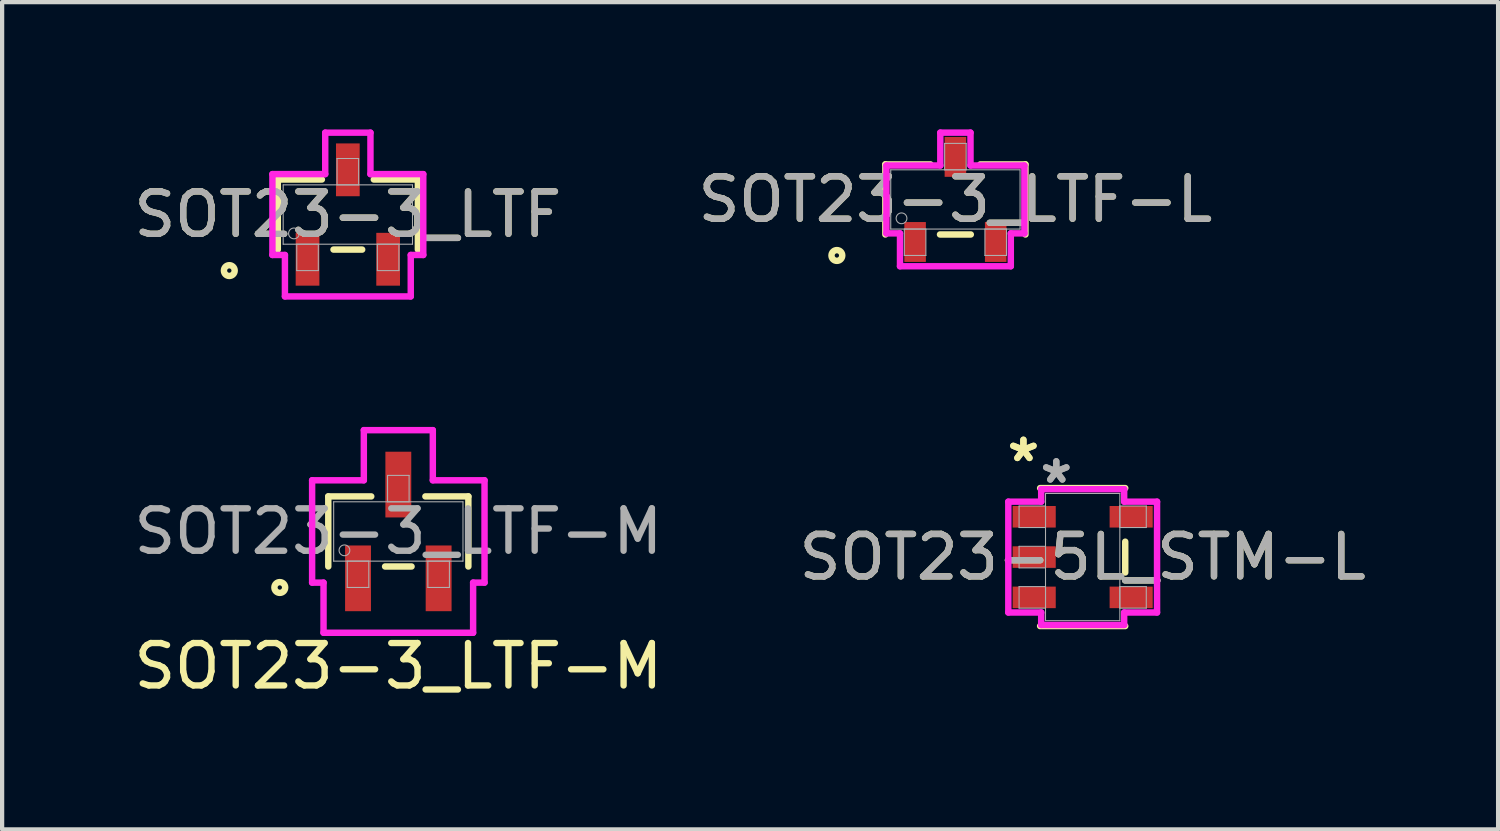
<source format=kicad_pcb>
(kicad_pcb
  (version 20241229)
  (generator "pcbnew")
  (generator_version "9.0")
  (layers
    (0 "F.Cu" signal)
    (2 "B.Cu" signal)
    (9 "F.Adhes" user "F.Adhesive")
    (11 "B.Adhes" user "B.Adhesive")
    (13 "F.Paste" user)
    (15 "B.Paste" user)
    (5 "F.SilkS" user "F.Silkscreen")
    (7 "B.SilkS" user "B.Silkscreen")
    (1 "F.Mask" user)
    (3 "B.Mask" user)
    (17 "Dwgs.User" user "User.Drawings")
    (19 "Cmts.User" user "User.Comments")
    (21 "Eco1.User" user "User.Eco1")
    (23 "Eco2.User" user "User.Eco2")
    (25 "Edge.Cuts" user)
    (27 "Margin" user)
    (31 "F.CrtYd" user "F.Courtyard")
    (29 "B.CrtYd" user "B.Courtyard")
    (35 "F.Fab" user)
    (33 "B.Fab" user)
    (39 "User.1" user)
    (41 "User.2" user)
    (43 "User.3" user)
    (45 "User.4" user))
  (footprint "SOT23-3_LTF-L"
    (layer "F.Cu")
    (at 19.47 1.651)
    (property "Reference" "SOT23-3_LTF-L" (at 0 0 0) (unlocked yes) (layer "F.SilkS") (effects (font (size 1 1) (thickness 0.15))))
    (attr smd)
    (fp_line (start -1.651 -0.826) (end -1.651 0.826) (stroke (width 0.152) (type solid)) (layer "F.SilkS"))
    (fp_line (start -0.587 -0.826) (end -1.651 -0.826) (stroke (width 0.152) (type solid)) (layer "F.SilkS"))
    (fp_line (start -0.363 0.826) (end 0.363 0.826) (stroke (width 0.152) (type solid)) (layer "F.SilkS"))
    (fp_line (start 1.651 -0.826) (end 0.587 -0.826) (stroke (width 0.152) (type solid)) (layer "F.SilkS"))
    (fp_line (start 1.651 0.826) (end 1.651 -0.826) (stroke (width 0.152) (type solid)) (layer "F.SilkS"))
    (fp_circle (center -2.794 1.321) (end -2.667 1.321) (stroke (width 0.152) (type solid)) (fill no) (layer "F.SilkS"))
    (fp_line (start -1.626 -0.8) (end -0.356 -0.8) (stroke (width 0.152) (type solid)) (layer "F.CrtYd"))
    (fp_line (start -1.626 0.8) (end -1.626 -0.8) (stroke (width 0.152) (type solid)) (layer "F.CrtYd"))
    (fp_line (start -1.626 0.8) (end -1.306 0.8) (stroke (width 0.152) (type solid)) (layer "F.CrtYd"))
    (fp_line (start -1.306 0.8) (end -1.306 1.575) (stroke (width 0.152) (type solid)) (layer "F.CrtYd"))
    (fp_line (start -1.306 1.575) (end 1.306 1.575) (stroke (width 0.152) (type solid)) (layer "F.CrtYd"))
    (fp_line (start -0.356 -1.575) (end 0.356 -1.575) (stroke (width 0.152) (type solid)) (layer "F.CrtYd"))
    (fp_line (start -0.356 -0.8) (end -0.356 -1.575) (stroke (width 0.152) (type solid)) (layer "F.CrtYd"))
    (fp_line (start 0.356 -0.8) (end 0.356 -1.575) (stroke (width 0.152) (type solid)) (layer "F.CrtYd"))
    (fp_line (start 1.306 0.8) (end 1.306 1.575) (stroke (width 0.152) (type solid)) (layer "F.CrtYd"))
    (fp_line (start 1.626 -0.8) (end 0.356 -0.8) (stroke (width 0.152) (type solid)) (layer "F.CrtYd"))
    (fp_line (start 1.626 -0.8) (end 1.626 0.8) (stroke (width 0.152) (type solid)) (layer "F.CrtYd"))
    (fp_line (start 1.626 0.8) (end 1.306 0.8) (stroke (width 0.152) (type solid)) (layer "F.CrtYd"))
    (fp_line (start -1.524 -0.699) (end -1.524 0.699) (stroke (width 0.025) (type solid)) (layer "F.Fab"))
    (fp_line (start -1.524 0.699) (end 1.524 0.699) (stroke (width 0.025) (type solid)) (layer "F.Fab"))
    (fp_line (start -1.204 0.699) (end -1.204 1.321) (stroke (width 0.025) (type solid)) (layer "F.Fab"))
    (fp_line (start -1.204 1.321) (end -0.696 1.321) (stroke (width 0.025) (type solid)) (layer "F.Fab"))
    (fp_line (start -0.696 0.699) (end -1.204 0.699) (stroke (width 0.025) (type solid)) (layer "F.Fab"))
    (fp_line (start -0.696 1.321) (end -0.696 0.699) (stroke (width 0.025) (type solid)) (layer "F.Fab"))
    (fp_line (start -0.254 -1.321) (end -0.254 -0.699) (stroke (width 0.025) (type solid)) (layer "F.Fab"))
    (fp_line (start -0.254 -0.699) (end 0.254 -0.699) (stroke (width 0.025) (type solid)) (layer "F.Fab"))
    (fp_line (start 0.254 -1.321) (end -0.254 -1.321) (stroke (width 0.025) (type solid)) (layer "F.Fab"))
    (fp_line (start 0.254 -0.699) (end 0.254 -1.321) (stroke (width 0.025) (type solid)) (layer "F.Fab"))
    (fp_line (start 0.696 0.699) (end 0.696 1.321) (stroke (width 0.025) (type solid)) (layer "F.Fab"))
    (fp_line (start 0.696 1.321) (end 1.204 1.321) (stroke (width 0.025) (type solid)) (layer "F.Fab"))
    (fp_line (start 1.204 0.699) (end 0.696 0.699) (stroke (width 0.025) (type solid)) (layer "F.Fab"))
    (fp_line (start 1.204 1.321) (end 1.204 0.699) (stroke (width 0.025) (type solid)) (layer "F.Fab"))
    (fp_line (start 1.524 -0.699) (end -1.524 -0.699) (stroke (width 0.025) (type solid)) (layer "F.Fab"))
    (fp_line (start 1.524 0.699) (end 1.524 -0.699) (stroke (width 0.025) (type solid)) (layer "F.Fab"))
    (fp_circle (center -1.27 0.445) (end -1.143 0.445) (stroke (width 0.025) (type solid)) (fill no) (layer "F.Fab"))
    (fp_text user "${REFERENCE}" (at 0 0 0) (unlocked yes) (layer "F.Fab") (effects (font (size 1 1) (thickness 0.15))))
    (pad "1" smd rect (at -0.95 1.003) (size 0.508 0.94) (layers "F.Cu" "F.Mask" "F.Paste"))
    (pad "2" smd rect (at 0.95 1.003) (size 0.508 0.94) (layers "F.Cu" "F.Mask" "F.Paste"))
    (pad "3" smd rect (at 0 -1.003) (size 0.508 0.94) (layers "F.Cu" "F.Mask" "F.Paste")))
  (footprint "SOT23-3_LTF"
    (layer "F.Cu")
    (at 5.149 2.007)
    (property "Reference" "SOT23-3_LTF" (at 0 0 0) (unlocked yes) (layer "F.SilkS") (effects (font (size 1 1) (thickness 0.15))))
    (attr smd)
    (fp_line (start -1.651 -0.826) (end -1.651 0.826) (stroke (width 0.152) (type solid)) (layer "F.SilkS"))
    (fp_line (start -0.612 -0.826) (end -1.651 -0.826) (stroke (width 0.152) (type solid)) (layer "F.SilkS"))
    (fp_line (start -0.338 0.826) (end 0.338 0.826) (stroke (width 0.152) (type solid)) (layer "F.SilkS"))
    (fp_line (start 1.651 -0.826) (end 0.612 -0.826) (stroke (width 0.152) (type solid)) (layer "F.SilkS"))
    (fp_line (start 1.651 0.826) (end 1.651 -0.826) (stroke (width 0.152) (type solid)) (layer "F.SilkS"))
    (fp_circle (center -2.794 1.321) (end -2.667 1.321) (stroke (width 0.152) (type solid)) (fill no) (layer "F.SilkS"))
    (fp_line (start -1.778 -0.953) (end -0.533 -0.953) (stroke (width 0.152) (type solid)) (layer "F.CrtYd"))
    (fp_line (start -1.778 0.953) (end -1.778 -0.953) (stroke (width 0.152) (type solid)) (layer "F.CrtYd"))
    (fp_line (start -1.778 0.953) (end -1.483 0.953) (stroke (width 0.152) (type solid)) (layer "F.CrtYd"))
    (fp_line (start -1.483 0.953) (end -1.483 1.93) (stroke (width 0.152) (type solid)) (layer "F.CrtYd"))
    (fp_line (start -1.483 1.93) (end 1.483 1.93) (stroke (width 0.152) (type solid)) (layer "F.CrtYd"))
    (fp_line (start -0.533 -1.93) (end 0.533 -1.93) (stroke (width 0.152) (type solid)) (layer "F.CrtYd"))
    (fp_line (start -0.533 -0.953) (end -0.533 -1.93) (stroke (width 0.152) (type solid)) (layer "F.CrtYd"))
    (fp_line (start 0.533 -0.953) (end 0.533 -1.93) (stroke (width 0.152) (type solid)) (layer "F.CrtYd"))
    (fp_line (start 1.483 0.953) (end 1.483 1.93) (stroke (width 0.152) (type solid)) (layer "F.CrtYd"))
    (fp_line (start 1.778 -0.953) (end 0.533 -0.953) (stroke (width 0.152) (type solid)) (layer "F.CrtYd"))
    (fp_line (start 1.778 -0.953) (end 1.778 0.953) (stroke (width 0.152) (type solid)) (layer "F.CrtYd"))
    (fp_line (start 1.778 0.953) (end 1.483 0.953) (stroke (width 0.152) (type solid)) (layer "F.CrtYd"))
    (fp_line (start -1.524 -0.699) (end -1.524 0.699) (stroke (width 0.025) (type solid)) (layer "F.Fab"))
    (fp_line (start -1.524 0.699) (end 1.524 0.699) (stroke (width 0.025) (type solid)) (layer "F.Fab"))
    (fp_line (start -1.204 0.699) (end -1.204 1.321) (stroke (width 0.025) (type solid)) (layer "F.Fab"))
    (fp_line (start -1.204 1.321) (end -0.696 1.321) (stroke (width 0.025) (type solid)) (layer "F.Fab"))
    (fp_line (start -0.696 0.699) (end -1.204 0.699) (stroke (width 0.025) (type solid)) (layer "F.Fab"))
    (fp_line (start -0.696 1.321) (end -0.696 0.699) (stroke (width 0.025) (type solid)) (layer "F.Fab"))
    (fp_line (start -0.254 -1.321) (end -0.254 -0.699) (stroke (width 0.025) (type solid)) (layer "F.Fab"))
    (fp_line (start -0.254 -0.699) (end 0.254 -0.699) (stroke (width 0.025) (type solid)) (layer "F.Fab"))
    (fp_line (start 0.254 -1.321) (end -0.254 -1.321) (stroke (width 0.025) (type solid)) (layer "F.Fab"))
    (fp_line (start 0.254 -0.699) (end 0.254 -1.321) (stroke (width 0.025) (type solid)) (layer "F.Fab"))
    (fp_line (start 0.696 0.699) (end 0.696 1.321) (stroke (width 0.025) (type solid)) (layer "F.Fab"))
    (fp_line (start 0.696 1.321) (end 1.204 1.321) (stroke (width 0.025) (type solid)) (layer "F.Fab"))
    (fp_line (start 1.204 0.699) (end 0.696 0.699) (stroke (width 0.025) (type solid)) (layer "F.Fab"))
    (fp_line (start 1.204 1.321) (end 1.204 0.699) (stroke (width 0.025) (type solid)) (layer "F.Fab"))
    (fp_line (start 1.524 -0.699) (end -1.524 -0.699) (stroke (width 0.025) (type solid)) (layer "F.Fab"))
    (fp_line (start 1.524 0.699) (end 1.524 -0.699) (stroke (width 0.025) (type solid)) (layer "F.Fab"))
    (fp_circle (center -1.27 0.445) (end -1.143 0.445) (stroke (width 0.025) (type solid)) (fill no) (layer "F.Fab"))
    (fp_text user "${REFERENCE}" (at 0 0 0) (unlocked yes) (layer "F.Fab") (effects (font (size 1 1) (thickness 0.15))))
    (pad "1" smd rect (at -0.95 1.054) (size 0.559 1.245) (layers "F.Cu" "F.Mask" "F.Paste"))
    (pad "2" smd rect (at 0.95 1.054) (size 0.559 1.245) (layers "F.Cu" "F.Mask" "F.Paste"))
    (pad "3" smd rect (at 0 -1.054) (size 0.559 1.245) (layers "F.Cu" "F.Mask" "F.Paste")))
  (footprint "SOT23-3_LTF-M"
    (layer "F.Cu")
    (at 6.339 9.477)
    (property "Reference" "SOT23-3_LTF-M" (at 0 3.175 0) (unlocked yes) (layer "F.SilkS") (effects (font (size 1 1) (thickness 0.15))))
    (attr smd)
    (fp_line (start -1.651 -0.826) (end -1.651 0.826) (stroke (width 0.152) (type solid)) (layer "F.SilkS"))
    (fp_line (start -0.638 -0.826) (end -1.651 -0.826) (stroke (width 0.152) (type solid)) (layer "F.SilkS"))
    (fp_line (start -0.312 0.826) (end 0.312 0.826) (stroke (width 0.152) (type solid)) (layer "F.SilkS"))
    (fp_line (start 1.651 -0.826) (end 0.638 -0.826) (stroke (width 0.152) (type solid)) (layer "F.SilkS"))
    (fp_line (start 1.651 0.826) (end 1.651 -0.826) (stroke (width 0.152) (type solid)) (layer "F.SilkS"))
    (fp_circle (center -2.794 1.321) (end -2.667 1.321) (stroke (width 0.152) (type solid)) (fill no) (layer "F.SilkS"))
    (fp_line (start -2.032 -1.206) (end -0.813 -1.206) (stroke (width 0.152) (type solid)) (layer "F.CrtYd"))
    (fp_line (start -2.032 1.206) (end -2.032 -1.206) (stroke (width 0.152) (type solid)) (layer "F.CrtYd"))
    (fp_line (start -2.032 1.206) (end -1.763 1.206) (stroke (width 0.152) (type solid)) (layer "F.CrtYd"))
    (fp_line (start -1.763 1.206) (end -1.763 2.388) (stroke (width 0.152) (type solid)) (layer "F.CrtYd"))
    (fp_line (start -1.763 2.388) (end 1.763 2.388) (stroke (width 0.152) (type solid)) (layer "F.CrtYd"))
    (fp_line (start -0.813 -2.388) (end 0.813 -2.388) (stroke (width 0.152) (type solid)) (layer "F.CrtYd"))
    (fp_line (start -0.813 -1.206) (end -0.813 -2.388) (stroke (width 0.152) (type solid)) (layer "F.CrtYd"))
    (fp_line (start 0.813 -1.206) (end 0.813 -2.388) (stroke (width 0.152) (type solid)) (layer "F.CrtYd"))
    (fp_line (start 1.763 1.206) (end 1.763 2.388) (stroke (width 0.152) (type solid)) (layer "F.CrtYd"))
    (fp_line (start 2.032 -1.206) (end 0.813 -1.206) (stroke (width 0.152) (type solid)) (layer "F.CrtYd"))
    (fp_line (start 2.032 -1.206) (end 2.032 1.206) (stroke (width 0.152) (type solid)) (layer "F.CrtYd"))
    (fp_line (start 2.032 1.206) (end 1.763 1.206) (stroke (width 0.152) (type solid)) (layer "F.CrtYd"))
    (fp_line (start -1.524 -0.699) (end -1.524 0.699) (stroke (width 0.025) (type solid)) (layer "F.Fab"))
    (fp_line (start -1.524 0.699) (end 1.524 0.699) (stroke (width 0.025) (type solid)) (layer "F.Fab"))
    (fp_line (start -1.204 0.699) (end -1.204 1.321) (stroke (width 0.025) (type solid)) (layer "F.Fab"))
    (fp_line (start -1.204 1.321) (end -0.696 1.321) (stroke (width 0.025) (type solid)) (layer "F.Fab"))
    (fp_line (start -0.696 0.699) (end -1.204 0.699) (stroke (width 0.025) (type solid)) (layer "F.Fab"))
    (fp_line (start -0.696 1.321) (end -0.696 0.699) (stroke (width 0.025) (type solid)) (layer "F.Fab"))
    (fp_line (start -0.254 -1.321) (end -0.254 -0.699) (stroke (width 0.025) (type solid)) (layer "F.Fab"))
    (fp_line (start -0.254 -0.699) (end 0.254 -0.699) (stroke (width 0.025) (type solid)) (layer "F.Fab"))
    (fp_line (start 0.254 -1.321) (end -0.254 -1.321) (stroke (width 0.025) (type solid)) (layer "F.Fab"))
    (fp_line (start 0.254 -0.699) (end 0.254 -1.321) (stroke (width 0.025) (type solid)) (layer "F.Fab"))
    (fp_line (start 0.696 0.699) (end 0.696 1.321) (stroke (width 0.025) (type solid)) (layer "F.Fab"))
    (fp_line (start 0.696 1.321) (end 1.204 1.321) (stroke (width 0.025) (type solid)) (layer "F.Fab"))
    (fp_line (start 1.204 0.699) (end 0.696 0.699) (stroke (width 0.025) (type solid)) (layer "F.Fab"))
    (fp_line (start 1.204 1.321) (end 1.204 0.699) (stroke (width 0.025) (type solid)) (layer "F.Fab"))
    (fp_line (start 1.524 -0.699) (end -1.524 -0.699) (stroke (width 0.025) (type solid)) (layer "F.Fab"))
    (fp_line (start 1.524 0.699) (end 1.524 -0.699) (stroke (width 0.025) (type solid)) (layer "F.Fab"))
    (fp_circle (center -1.27 0.445) (end -1.143 0.445) (stroke (width 0.025) (type solid)) (fill no) (layer "F.Fab"))
    (fp_text user "${REFERENCE}" (at 0 0 0) (unlocked yes) (layer "F.Fab") (effects (font (size 1 1) (thickness 0.15))))
    (pad "1" smd rect (at -0.95 1.105) (size 0.61 1.549) (layers "F.Cu" "F.Mask" "F.Paste"))
    (pad "2" smd rect (at 0.95 1.105) (size 0.61 1.549) (layers "F.Cu" "F.Mask" "F.Paste"))
    (pad "3" smd rect (at 0 -1.105) (size 0.61 1.549) (layers "F.Cu" "F.Mask" "F.Paste")))
  (footprint "SOT23-5L_STM-L"
    (layer "F.Cu")
    (at 22.47 10.081)
    (property "Reference" "SOT23-5L_STM-L" (at 0 0 0) (unlocked yes) (layer "F.SilkS") (effects (font (size 1 1) (thickness 0.15))))
    (attr smd)
    (fp_line (start -1.003 1.626) (end 1.003 1.626) (stroke (width 0.152) (type solid)) (layer "F.SilkS"))
    (fp_line (start 1.003 -1.626) (end -1.003 -1.626) (stroke (width 0.152) (type solid)) (layer "F.SilkS"))
    (fp_line (start 1.003 0.363) (end 1.003 -0.363) (stroke (width 0.152) (type solid)) (layer "F.SilkS"))
    (fp_line (start -1.753 -1.306) (end -0.978 -1.306) (stroke (width 0.152) (type solid)) (layer "F.CrtYd"))
    (fp_line (start -1.753 1.306) (end -1.753 -1.306) (stroke (width 0.152) (type solid)) (layer "F.CrtYd"))
    (fp_line (start -0.978 -1.6) (end 0.978 -1.6) (stroke (width 0.152) (type solid)) (layer "F.CrtYd"))
    (fp_line (start -0.978 -1.306) (end -0.978 -1.6) (stroke (width 0.152) (type solid)) (layer "F.CrtYd"))
    (fp_line (start -0.978 1.306) (end -1.753 1.306) (stroke (width 0.152) (type solid)) (layer "F.CrtYd"))
    (fp_line (start -0.978 1.6) (end -0.978 1.306) (stroke (width 0.152) (type solid)) (layer "F.CrtYd"))
    (fp_line (start 0.978 -1.6) (end 0.978 -1.306) (stroke (width 0.152) (type solid)) (layer "F.CrtYd"))
    (fp_line (start 0.978 -1.306) (end 1.753 -1.306) (stroke (width 0.152) (type solid)) (layer "F.CrtYd"))
    (fp_line (start 0.978 1.306) (end 0.978 1.6) (stroke (width 0.152) (type solid)) (layer "F.CrtYd"))
    (fp_line (start 0.978 1.6) (end -0.978 1.6) (stroke (width 0.152) (type solid)) (layer "F.CrtYd"))
    (fp_line (start 1.753 -1.306) (end 1.753 1.306) (stroke (width 0.152) (type solid)) (layer "F.CrtYd"))
    (fp_line (start 1.753 1.306) (end 0.978 1.306) (stroke (width 0.152) (type solid)) (layer "F.CrtYd"))
    (fp_line (start -1.499 -1.204) (end -1.499 -0.696) (stroke (width 0.025) (type solid)) (layer "F.Fab"))
    (fp_line (start -1.499 -0.696) (end -0.876 -0.696) (stroke (width 0.025) (type solid)) (layer "F.Fab"))
    (fp_line (start -1.499 -0.254) (end -1.499 0.254) (stroke (width 0.025) (type solid)) (layer "F.Fab"))
    (fp_line (start -1.499 0.254) (end -0.876 0.254) (stroke (width 0.025) (type solid)) (layer "F.Fab"))
    (fp_line (start -1.499 0.696) (end -1.499 1.204) (stroke (width 0.025) (type solid)) (layer "F.Fab"))
    (fp_line (start -1.499 1.204) (end -0.876 1.204) (stroke (width 0.025) (type solid)) (layer "F.Fab"))
    (fp_line (start -0.876 -1.499) (end -0.876 1.499) (stroke (width 0.025) (type solid)) (layer "F.Fab"))
    (fp_line (start -0.876 -1.204) (end -1.499 -1.204) (stroke (width 0.025) (type solid)) (layer "F.Fab"))
    (fp_line (start -0.876 -0.696) (end -0.876 -1.204) (stroke (width 0.025) (type solid)) (layer "F.Fab"))
    (fp_line (start -0.876 -0.254) (end -1.499 -0.254) (stroke (width 0.025) (type solid)) (layer "F.Fab"))
    (fp_line (start -0.876 0.254) (end -0.876 -0.254) (stroke (width 0.025) (type solid)) (layer "F.Fab"))
    (fp_line (start -0.876 0.696) (end -1.499 0.696) (stroke (width 0.025) (type solid)) (layer "F.Fab"))
    (fp_line (start -0.876 1.204) (end -0.876 0.696) (stroke (width 0.025) (type solid)) (layer "F.Fab"))
    (fp_line (start -0.876 1.499) (end 0.876 1.499) (stroke (width 0.025) (type solid)) (layer "F.Fab"))
    (fp_line (start 0.876 -1.499) (end -0.876 -1.499) (stroke (width 0.025) (type solid)) (layer "F.Fab"))
    (fp_line (start 0.876 -1.204) (end 0.876 -0.696) (stroke (width 0.025) (type solid)) (layer "F.Fab"))
    (fp_line (start 0.876 -0.696) (end 1.499 -0.696) (stroke (width 0.025) (type solid)) (layer "F.Fab"))
    (fp_line (start 0.876 0.696) (end 0.876 1.204) (stroke (width 0.025) (type solid)) (layer "F.Fab"))
    (fp_line (start 0.876 1.204) (end 1.499 1.204) (stroke (width 0.025) (type solid)) (layer "F.Fab"))
    (fp_line (start 0.876 1.499) (end 0.876 -1.499) (stroke (width 0.025) (type solid)) (layer "F.Fab"))
    (fp_line (start 1.499 -1.204) (end 0.876 -1.204) (stroke (width 0.025) (type solid)) (layer "F.Fab"))
    (fp_line (start 1.499 -0.696) (end 1.499 -1.204) (stroke (width 0.025) (type solid)) (layer "F.Fab"))
    (fp_line (start 1.499 0.696) (end 0.876 0.696) (stroke (width 0.025) (type solid)) (layer "F.Fab"))
    (fp_line (start 1.499 1.204) (end 1.499 0.696) (stroke (width 0.025) (type solid)) (layer "F.Fab"))
    (fp_text user "*" (at -1.397 -2.22 0) (unlocked yes) (layer "F.SilkS") (effects (font (size 1 1) (thickness 0.15))))
    (fp_text user "*" (at -1.397 -2.22 0) (layer "F.SilkS") (effects (font (size 1 1) (thickness 0.15))))
    (fp_text user "${REFERENCE}" (at 0 0 0) (unlocked yes) (layer "F.Fab") (effects (font (size 1 1) (thickness 0.15))))
    (fp_text user "*" (at -0.622 -1.712 0) (unlocked yes) (layer "F.Fab") (effects (font (size 1 1) (thickness 0.15))))
    (fp_text user "*" (at -0.622 -1.712 0) (layer "F.Fab") (effects (font (size 1 1) (thickness 0.15))))
    (pad "1" smd rect (at -1.143 -0.95) (size 1.016 0.508) (layers "F.Cu" "F.Mask" "F.Paste"))
    (pad "2" smd rect (at -1.143 0) (size 1.016 0.508) (layers "F.Cu" "F.Mask" "F.Paste"))
    (pad "3" smd rect (at -1.143 0.95) (size 1.016 0.508) (layers "F.Cu" "F.Mask" "F.Paste"))
    (pad "4" smd rect (at 1.143 0.95) (size 1.016 0.508) (layers "F.Cu" "F.Mask" "F.Paste"))
    (pad "5" smd rect (at 1.143 -0.95) (size 1.016 0.508) (layers "F.Cu" "F.Mask" "F.Paste")))
  (gr_rect
    (start -3 -3)
    (end 32.262 16.5)
    (stroke (width 0.1) (type default))
    (fill no)
    (layer "Edge.Cuts")))
</source>
